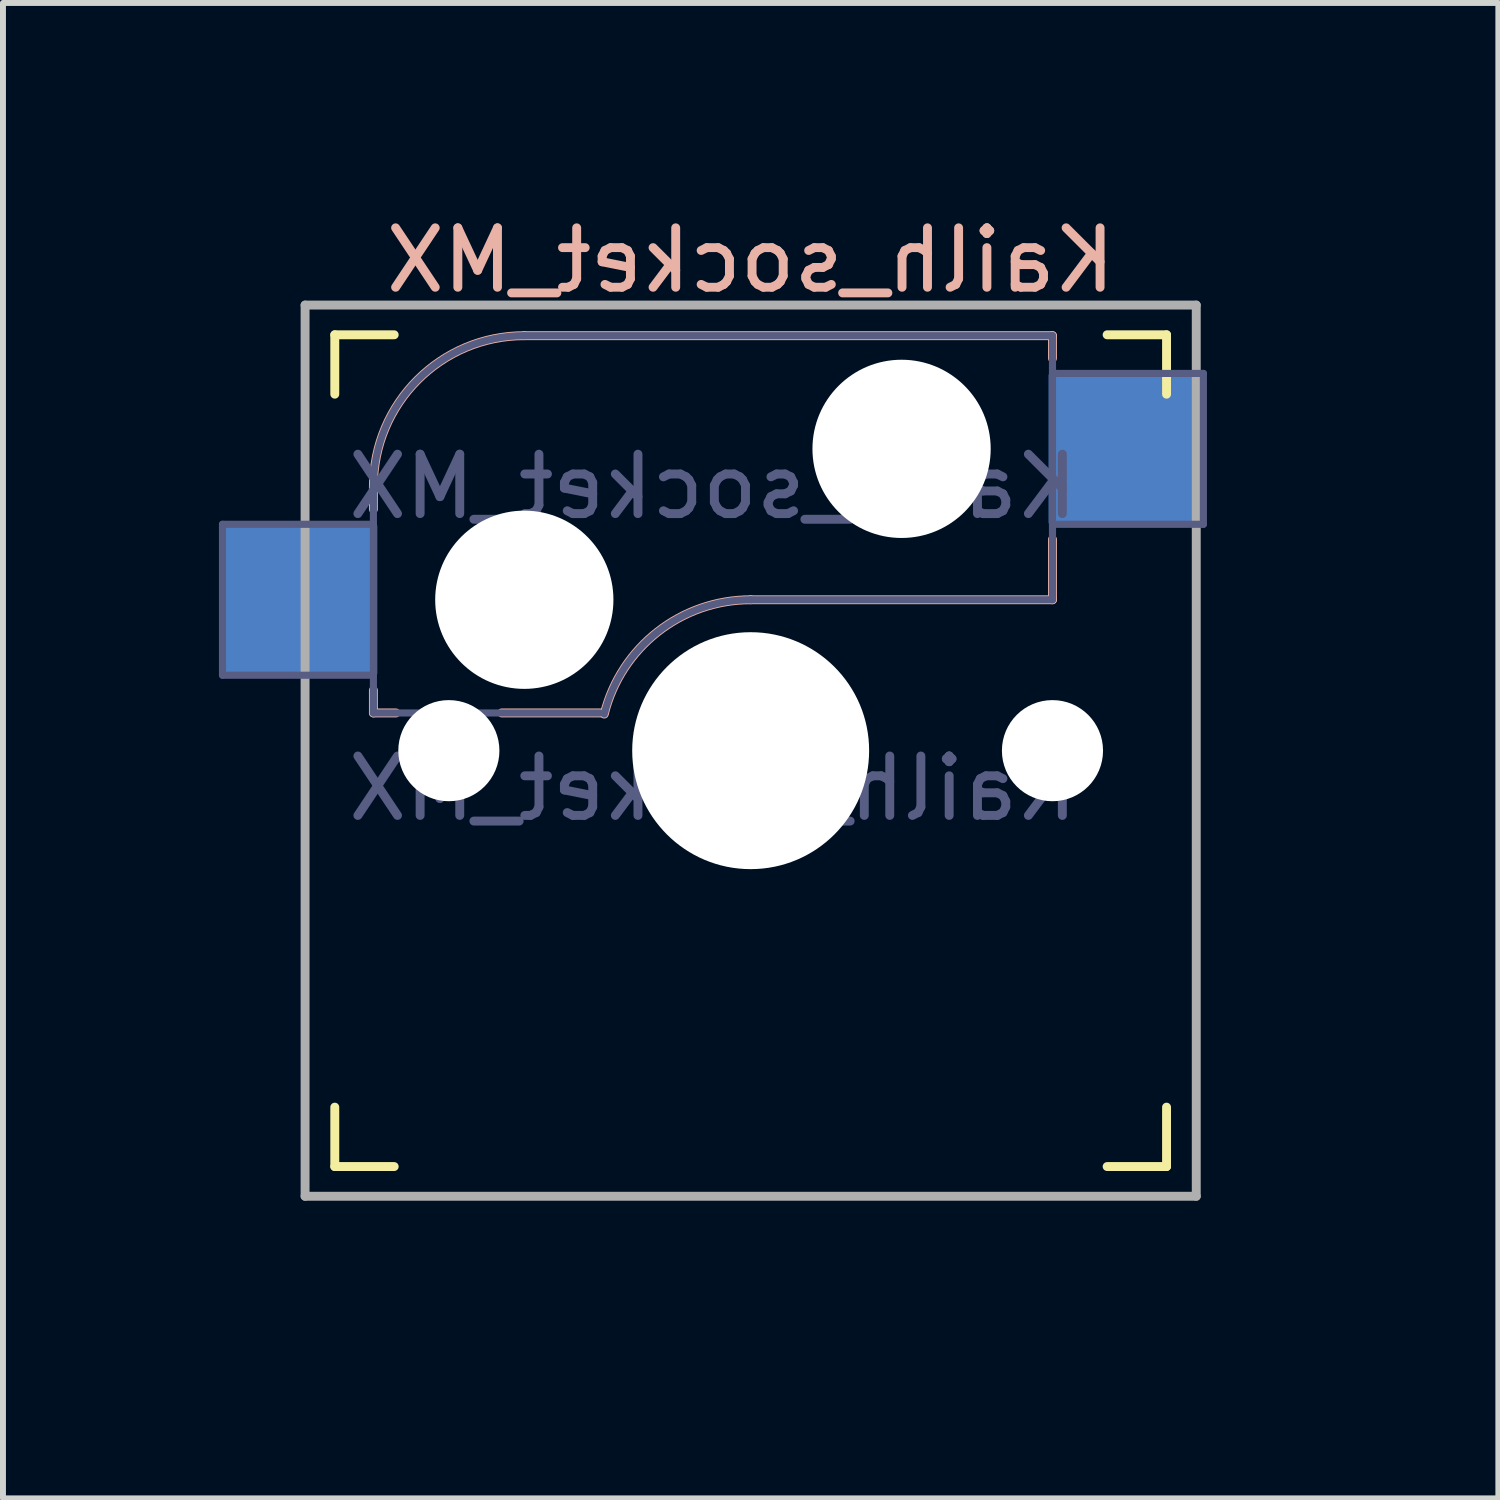
<source format=kicad_pcb>
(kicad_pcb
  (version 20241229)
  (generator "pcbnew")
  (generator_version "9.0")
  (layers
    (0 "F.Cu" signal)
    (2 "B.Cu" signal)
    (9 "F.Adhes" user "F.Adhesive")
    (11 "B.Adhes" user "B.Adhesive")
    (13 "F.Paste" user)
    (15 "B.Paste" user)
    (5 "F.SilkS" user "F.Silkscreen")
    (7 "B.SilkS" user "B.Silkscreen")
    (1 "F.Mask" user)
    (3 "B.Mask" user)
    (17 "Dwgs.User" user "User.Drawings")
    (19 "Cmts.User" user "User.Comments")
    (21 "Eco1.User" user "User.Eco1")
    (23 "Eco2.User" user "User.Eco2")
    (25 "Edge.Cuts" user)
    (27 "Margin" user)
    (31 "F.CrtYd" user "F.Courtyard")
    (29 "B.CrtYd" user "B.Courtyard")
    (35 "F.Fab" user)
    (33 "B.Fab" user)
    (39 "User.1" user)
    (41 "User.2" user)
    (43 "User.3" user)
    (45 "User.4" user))
  (footprint "Kailh_socket_MX"
    (layer "F.Cu")
    (at 9.585 9.585)
    (property "Reference" "Kailh_socket_MX" (at 0 -8.255 0) (layer "B.SilkS") (effects (font (size 1 1) (thickness 0.15)) (justify mirror)))
    (property "Value" "Kailh_socket_MX" (at 0 8.255 0) (layer "F.Fab") (hide yes) (effects (font (size 1 1) (thickness 0.15))))
    (attr smd)
    (fp_line (start -7 -6) (end -7 -7) (stroke (width 0.15) (type solid)) (layer "F.SilkS"))
    (fp_line (start -7 7) (end -7 6) (stroke (width 0.15) (type solid)) (layer "F.SilkS"))
    (fp_line (start -7 7) (end -6 7) (stroke (width 0.15) (type solid)) (layer "F.SilkS"))
    (fp_line (start -6 -7) (end -7 -7) (stroke (width 0.15) (type solid)) (layer "F.SilkS"))
    (fp_line (start 6 7) (end 7 7) (stroke (width 0.15) (type solid)) (layer "F.SilkS"))
    (fp_line (start 7 -7) (end 6 -7) (stroke (width 0.15) (type solid)) (layer "F.SilkS"))
    (fp_line (start 7 -7) (end 7 -6) (stroke (width 0.15) (type solid)) (layer "F.SilkS"))
    (fp_line (start 7 6) (end 7 7) (stroke (width 0.15) (type solid)) (layer "F.SilkS"))
    (fp_line (start -6.35 -4.445) (end -6.35 -4.064) (stroke (width 0.15) (type solid)) (layer "B.SilkS"))
    (fp_line (start -6.35 -1.016) (end -6.35 -0.635) (stroke (width 0.15) (type solid)) (layer "B.SilkS"))
    (fp_line (start -5.969 -0.635) (end -6.35 -0.635) (stroke (width 0.15) (type solid)) (layer "B.SilkS"))
    (fp_line (start -3.81 -6.985) (end 5.08 -6.985) (stroke (width 0.15) (type solid)) (layer "B.SilkS"))
    (fp_line (start -2.464 -0.635) (end -4.191 -0.635) (stroke (width 0.15) (type solid)) (layer "B.SilkS"))
    (fp_line (start 5.08 -6.985) (end 5.08 -6.604) (stroke (width 0.15) (type solid)) (layer "B.SilkS"))
    (fp_line (start 5.08 -3.556) (end 5.08 -2.54) (stroke (width 0.15) (type solid)) (layer "B.SilkS"))
    (fp_line (start 5.08 -2.54) (end 0 -2.54) (stroke (width 0.15) (type solid)) (layer "B.SilkS"))
    (fp_arc (start -6.35 -4.445) (mid -5.606051 -6.241051) (end -3.81 -6.985) (stroke (width 0.15) (type solid)) (layer "B.SilkS"))
    (fp_arc (start -2.464162 -0.61604) (mid -1.563147 -2.002042) (end 0 -2.54) (stroke (width 0.15) (type solid)) (layer "B.SilkS"))
    (fp_line (start -6.9 6.9) (end -6.9 -6.9) (stroke (width 0.15) (type solid)) (layer "Eco2.User"))
    (fp_line (start -6.9 6.9) (end 6.9 6.9) (stroke (width 0.15) (type solid)) (layer "Eco2.User"))
    (fp_line (start 6.9 -6.9) (end -6.9 -6.9) (stroke (width 0.15) (type solid)) (layer "Eco2.User"))
    (fp_line (start 6.9 -6.9) (end 6.9 6.9) (stroke (width 0.15) (type solid)) (layer "Eco2.User"))
    (fp_line (start -8.89 -3.81) (end -6.35 -3.81) (stroke (width 0.12) (type solid)) (layer "B.Fab"))
    (fp_line (start -8.89 -1.27) (end -8.89 -3.81) (stroke (width 0.12) (type solid)) (layer "B.Fab"))
    (fp_line (start -6.35 -1.27) (end -8.89 -1.27) (stroke (width 0.12) (type solid)) (layer "B.Fab"))
    (fp_line (start -6.35 -0.635) (end -6.35 -4.445) (stroke (width 0.12) (type solid)) (layer "B.Fab"))
    (fp_line (start -6.35 -0.635) (end -2.54 -0.635) (stroke (width 0.12) (type solid)) (layer "B.Fab"))
    (fp_line (start -3.81 -6.985) (end 5.08 -6.985) (stroke (width 0.12) (type solid)) (layer "B.Fab"))
    (fp_line (start 5.08 -6.985) (end 5.08 -2.54) (stroke (width 0.12) (type solid)) (layer "B.Fab"))
    (fp_line (start 5.08 -6.35) (end 7.62 -6.35) (stroke (width 0.12) (type solid)) (layer "B.Fab"))
    (fp_line (start 5.08 -2.54) (end 0 -2.54) (stroke (width 0.12) (type solid)) (layer "B.Fab"))
    (fp_line (start 7.62 -6.35) (end 7.62 -3.81) (stroke (width 0.12) (type solid)) (layer "B.Fab"))
    (fp_line (start 7.62 -3.81) (end 5.08 -3.81) (stroke (width 0.12) (type solid)) (layer "B.Fab"))
    (fp_arc (start -6.35 -4.445) (mid -5.606051 -6.241051) (end -3.81 -6.985) (stroke (width 0.12) (type solid)) (layer "B.Fab"))
    (fp_arc (start -2.464162 -0.61604) (mid -1.563147 -2.002042) (end 0 -2.54) (stroke (width 0.12) (type solid)) (layer "B.Fab"))
    (fp_line (start -7.5 -7.5) (end 7.5 -7.5) (stroke (width 0.15) (type solid)) (layer "F.Fab"))
    (fp_line (start -7.5 7.5) (end -7.5 -7.5) (stroke (width 0.15) (type solid)) (layer "F.Fab"))
    (fp_line (start 7.5 -7.5) (end 7.5 7.5) (stroke (width 0.15) (type solid)) (layer "F.Fab"))
    (fp_line (start 7.5 7.5) (end -7.5 7.5) (stroke (width 0.15) (type solid)) (layer "F.Fab"))
    (fp_rect (start 9.525 9.525) (end -9.525 -9.525) (stroke (width 0.12) (type default)) (fill no) (layer "User.1"))
    (fp_text user "${REFERENCE}" (at -0.635 -4.445 0) (layer "B.Fab") (effects (font (size 1 1) (thickness 0.15)) (justify mirror)))
    (fp_text user "${VALUE}" (at -0.635 0.635 0) (layer "B.Fab") (effects (font (size 1 1) (thickness 0.15)) (justify mirror)))
    (pad "" np_thru_hole circle (at -5.08 0) (size 1.702 1.702) (drill 1.702) (layers "*.Cu" "*.Mask"))
    (pad "" np_thru_hole circle (at -3.81 -2.54) (size 3 3) (drill 3) (layers "*.Cu" "*.Mask"))
    (pad "" np_thru_hole circle (at 0 0) (size 3.988 3.988) (drill 3.988) (layers "*.Cu" "*.Mask"))
    (pad "" np_thru_hole circle (at 2.54 -5.08) (size 3 3) (drill 3) (layers "*.Cu" "*.Mask"))
    (pad "" np_thru_hole circle (at 5.08 0) (size 1.702 1.702) (drill 1.702) (layers "*.Cu" "*.Mask"))
    (pad "1" smd rect (at 6.29 -5.08) (size 2.55 2.5) (layers "B.Cu" "B.Mask" "B.Paste"))
    (pad "2" smd rect (at -7.56 -2.54) (size 2.55 2.5) (layers "B.Cu" "B.Mask" "B.Paste")))
  (gr_rect
    (start -3 -3)
    (end 22.17 22.17)
    (stroke (width 0.1) (type default))
    (fill no)
    (layer "Edge.Cuts")))
</source>
